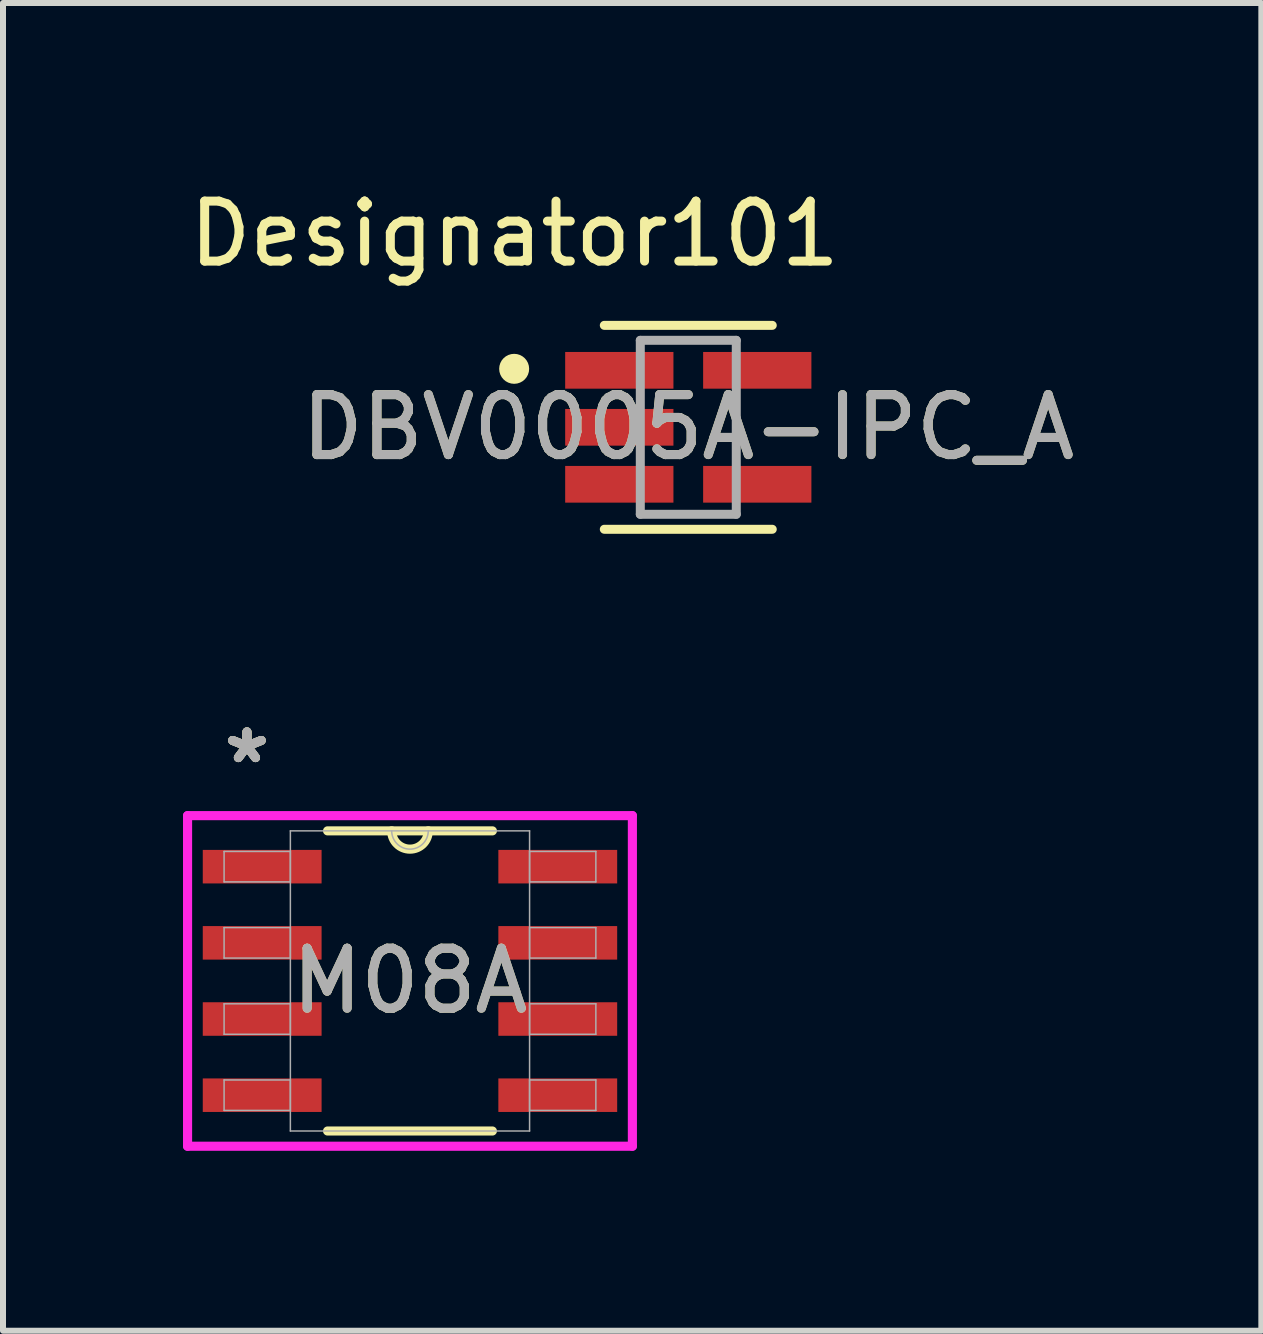
<source format=kicad_pcb>
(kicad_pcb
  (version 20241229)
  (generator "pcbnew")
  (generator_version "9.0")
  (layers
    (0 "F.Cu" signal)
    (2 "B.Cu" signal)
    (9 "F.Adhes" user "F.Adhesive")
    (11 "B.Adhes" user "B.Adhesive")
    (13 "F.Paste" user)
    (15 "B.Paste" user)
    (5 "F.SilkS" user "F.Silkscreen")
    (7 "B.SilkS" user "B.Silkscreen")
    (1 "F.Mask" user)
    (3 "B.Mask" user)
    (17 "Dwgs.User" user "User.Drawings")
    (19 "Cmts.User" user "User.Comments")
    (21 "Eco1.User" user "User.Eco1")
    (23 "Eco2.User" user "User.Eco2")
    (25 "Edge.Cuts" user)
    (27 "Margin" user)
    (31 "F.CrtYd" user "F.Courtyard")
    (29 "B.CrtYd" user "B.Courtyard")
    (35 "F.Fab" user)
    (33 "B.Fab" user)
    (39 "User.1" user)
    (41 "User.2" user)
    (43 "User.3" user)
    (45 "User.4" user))
  (footprint "M08A"
    (layer "F.Cu")
    (at 3.785 13.304)
    (property "Reference" "M08A" (at 0 0 0) (unlocked yes) (layer "F.SilkS") (effects (font (size 1 1) (thickness 0.15))))
    (attr smd)
    (fp_line (start -1.374 2.502) (end 1.374 2.502) (stroke (width 0.152) (type solid)) (layer "F.SilkS"))
    (fp_line (start 1.374 -2.502) (end -1.374 -2.502) (stroke (width 0.152) (type solid)) (layer "F.SilkS"))
    (fp_arc (start 0.3048 -2.5019) (mid 0 -2.1971) (end -0.3048 -2.5019) (stroke (width 0.1524) (type solid)) (layer "F.SilkS"))
    (fp_line (start -3.708 -2.756) (end 3.708 -2.756) (stroke (width 0.152) (type solid)) (layer "F.CrtYd"))
    (fp_line (start -3.708 2.756) (end -3.708 -2.756) (stroke (width 0.152) (type solid)) (layer "F.CrtYd"))
    (fp_line (start 3.708 -2.756) (end 3.708 2.756) (stroke (width 0.152) (type solid)) (layer "F.CrtYd"))
    (fp_line (start 3.708 2.756) (end -3.708 2.756) (stroke (width 0.152) (type solid)) (layer "F.CrtYd"))
    (fp_line (start -3.099 -2.159) (end -3.099 -1.651) (stroke (width 0.025) (type solid)) (layer "F.Fab"))
    (fp_line (start -3.099 -1.651) (end -1.994 -1.651) (stroke (width 0.025) (type solid)) (layer "F.Fab"))
    (fp_line (start -3.099 -0.889) (end -3.099 -0.381) (stroke (width 0.025) (type solid)) (layer "F.Fab"))
    (fp_line (start -3.099 -0.381) (end -1.994 -0.381) (stroke (width 0.025) (type solid)) (layer "F.Fab"))
    (fp_line (start -3.099 0.381) (end -3.099 0.889) (stroke (width 0.025) (type solid)) (layer "F.Fab"))
    (fp_line (start -3.099 0.889) (end -1.994 0.889) (stroke (width 0.025) (type solid)) (layer "F.Fab"))
    (fp_line (start -3.099 1.651) (end -3.099 2.159) (stroke (width 0.025) (type solid)) (layer "F.Fab"))
    (fp_line (start -3.099 2.159) (end -1.994 2.159) (stroke (width 0.025) (type solid)) (layer "F.Fab"))
    (fp_line (start -1.994 -2.502) (end -1.994 2.502) (stroke (width 0.025) (type solid)) (layer "F.Fab"))
    (fp_line (start -1.994 -2.159) (end -3.099 -2.159) (stroke (width 0.025) (type solid)) (layer "F.Fab"))
    (fp_line (start -1.994 -1.651) (end -1.994 -2.159) (stroke (width 0.025) (type solid)) (layer "F.Fab"))
    (fp_line (start -1.994 -0.889) (end -3.099 -0.889) (stroke (width 0.025) (type solid)) (layer "F.Fab"))
    (fp_line (start -1.994 -0.381) (end -1.994 -0.889) (stroke (width 0.025) (type solid)) (layer "F.Fab"))
    (fp_line (start -1.994 0.381) (end -3.099 0.381) (stroke (width 0.025) (type solid)) (layer "F.Fab"))
    (fp_line (start -1.994 0.889) (end -1.994 0.381) (stroke (width 0.025) (type solid)) (layer "F.Fab"))
    (fp_line (start -1.994 1.651) (end -3.099 1.651) (stroke (width 0.025) (type solid)) (layer "F.Fab"))
    (fp_line (start -1.994 2.159) (end -1.994 1.651) (stroke (width 0.025) (type solid)) (layer "F.Fab"))
    (fp_line (start -1.994 2.502) (end 1.994 2.502) (stroke (width 0.025) (type solid)) (layer "F.Fab"))
    (fp_line (start 1.994 -2.502) (end -1.994 -2.502) (stroke (width 0.025) (type solid)) (layer "F.Fab"))
    (fp_line (start 1.994 -2.159) (end 1.994 -1.651) (stroke (width 0.025) (type solid)) (layer "F.Fab"))
    (fp_line (start 1.994 -1.651) (end 3.099 -1.651) (stroke (width 0.025) (type solid)) (layer "F.Fab"))
    (fp_line (start 1.994 -0.889) (end 1.994 -0.381) (stroke (width 0.025) (type solid)) (layer "F.Fab"))
    (fp_line (start 1.994 -0.381) (end 3.099 -0.381) (stroke (width 0.025) (type solid)) (layer "F.Fab"))
    (fp_line (start 1.994 0.381) (end 1.994 0.889) (stroke (width 0.025) (type solid)) (layer "F.Fab"))
    (fp_line (start 1.994 0.889) (end 3.099 0.889) (stroke (width 0.025) (type solid)) (layer "F.Fab"))
    (fp_line (start 1.994 1.651) (end 1.994 2.159) (stroke (width 0.025) (type solid)) (layer "F.Fab"))
    (fp_line (start 1.994 2.159) (end 3.099 2.159) (stroke (width 0.025) (type solid)) (layer "F.Fab"))
    (fp_line (start 1.994 2.502) (end 1.994 -2.502) (stroke (width 0.025) (type solid)) (layer "F.Fab"))
    (fp_line (start 3.099 -2.159) (end 1.994 -2.159) (stroke (width 0.025) (type solid)) (layer "F.Fab"))
    (fp_line (start 3.099 -1.651) (end 3.099 -2.159) (stroke (width 0.025) (type solid)) (layer "F.Fab"))
    (fp_line (start 3.099 -0.889) (end 1.994 -0.889) (stroke (width 0.025) (type solid)) (layer "F.Fab"))
    (fp_line (start 3.099 -0.381) (end 3.099 -0.889) (stroke (width 0.025) (type solid)) (layer "F.Fab"))
    (fp_line (start 3.099 0.381) (end 1.994 0.381) (stroke (width 0.025) (type solid)) (layer "F.Fab"))
    (fp_line (start 3.099 0.889) (end 3.099 0.381) (stroke (width 0.025) (type solid)) (layer "F.Fab"))
    (fp_line (start 3.099 1.651) (end 1.994 1.651) (stroke (width 0.025) (type solid)) (layer "F.Fab"))
    (fp_line (start 3.099 2.159) (end 3.099 1.651) (stroke (width 0.025) (type solid)) (layer "F.Fab"))
    (fp_arc (start 0.3048 -2.5019) (mid 0 -2.1971) (end -0.3048 -2.5019) (stroke (width 0.0254) (type solid)) (layer "F.Fab"))
    (fp_text user "*" (at -2.718 -3.607 0) (unlocked yes) (layer "F.SilkS") (effects (font (size 1 1) (thickness 0.15))))
    (fp_text user "*" (at -2.718 -3.607 0) (layer "F.SilkS") (effects (font (size 1 1) (thickness 0.15))))
    (fp_text user "${REFERENCE}" (at 0 0 0) (unlocked yes) (layer "F.Fab") (effects (font (size 1 1) (thickness 0.15))))
    (fp_text user "*" (at -2.718 -3.607 0) (unlocked yes) (layer "F.Fab") (effects (font (size 1 1) (thickness 0.15))))
    (fp_text user "*" (at -2.718 -3.607 0) (layer "F.Fab") (effects (font (size 1 1) (thickness 0.15))))
    (pad "1" smd rect (at -2.464 -1.905) (size 1.981 0.559) (layers "F.Cu" "F.Mask" "F.Paste"))
    (pad "2" smd rect (at -2.464 -0.635) (size 1.981 0.559) (layers "F.Cu" "F.Mask" "F.Paste"))
    (pad "3" smd rect (at -2.464 0.635) (size 1.981 0.559) (layers "F.Cu" "F.Mask" "F.Paste"))
    (pad "4" smd rect (at -2.464 1.905) (size 1.981 0.559) (layers "F.Cu" "F.Mask" "F.Paste"))
    (pad "5" smd rect (at 2.464 1.905) (size 1.981 0.559) (layers "F.Cu" "F.Mask" "F.Paste"))
    (pad "6" smd rect (at 2.464 0.635) (size 1.981 0.559) (layers "F.Cu" "F.Mask" "F.Paste"))
    (pad "7" smd rect (at 2.464 -0.635) (size 1.981 0.559) (layers "F.Cu" "F.Mask" "F.Paste"))
    (pad "8" smd rect (at 2.464 -1.905) (size 1.981 0.559) (layers "F.Cu" "F.Mask" "F.Paste")))
  (footprint "DBV0005A-IPC_A"
    (layer "F.Cu")
    (at 8.425 4.074)
    (property "Reference" "DBV0005A-IPC_A" (at 0 0 0) (unlocked yes) (layer "F.SilkS") (effects (font (size 1 1) (thickness 0.15))))
    (attr smd)
    (fp_line (start -1.4 -1.7) (end 1.4 -1.7) (stroke (width 0.15) (type solid)) (layer "F.SilkS"))
    (fp_line (start -1.4 1.7) (end 1.4 1.7) (stroke (width 0.15) (type solid)) (layer "F.SilkS"))
    (fp_circle (center -2.903 -0.975) (end -2.778 -0.975) (stroke (width 0.25) (type solid)) (fill no) (layer "F.SilkS"))
    (fp_line (start -0.8 -1.45) (end 0.8 -1.45) (stroke (width 0.15) (type solid)) (layer "F.Fab"))
    (fp_line (start -0.8 1.45) (end -0.8 -1.45) (stroke (width 0.15) (type solid)) (layer "F.Fab"))
    (fp_line (start -0.8 1.45) (end 0.8 1.45) (stroke (width 0.15) (type solid)) (layer "F.Fab"))
    (fp_line (start 0.8 1.45) (end 0.8 -1.45) (stroke (width 0.15) (type solid)) (layer "F.Fab"))
    (fp_text user "Designator101" (at -2.896 -3.226 0) (unlocked yes) (layer "F.SilkS") (effects (font (size 1 1) (thickness 0.15))))
    (fp_text user "${REFERENCE}" (at 0 0 0) (unlocked yes) (layer "F.Fab") (effects (font (size 1 1) (thickness 0.15))))
    (pad "1" smd rect (at -1.15 -0.95) (size 1.805 0.612) (layers "F.Cu" "F.Mask" "F.Paste"))
    (pad "2" smd rect (at -1.15 0) (size 1.805 0.612) (layers "F.Cu" "F.Mask" "F.Paste"))
    (pad "3" smd rect (at -1.15 0.95) (size 1.805 0.612) (layers "F.Cu" "F.Mask" "F.Paste"))
    (pad "4" smd rect (at 1.15 0.95) (size 1.805 0.612) (layers "F.Cu" "F.Mask" "F.Paste"))
    (pad "5" smd rect (at 1.15 -0.95) (size 1.805 0.612) (layers "F.Cu" "F.Mask" "F.Paste")))
  (gr_rect
    (start -3 -3)
    (end 17.979 19.136)
    (stroke (width 0.1) (type default))
    (fill no)
    (layer "Edge.Cuts")))
</source>
